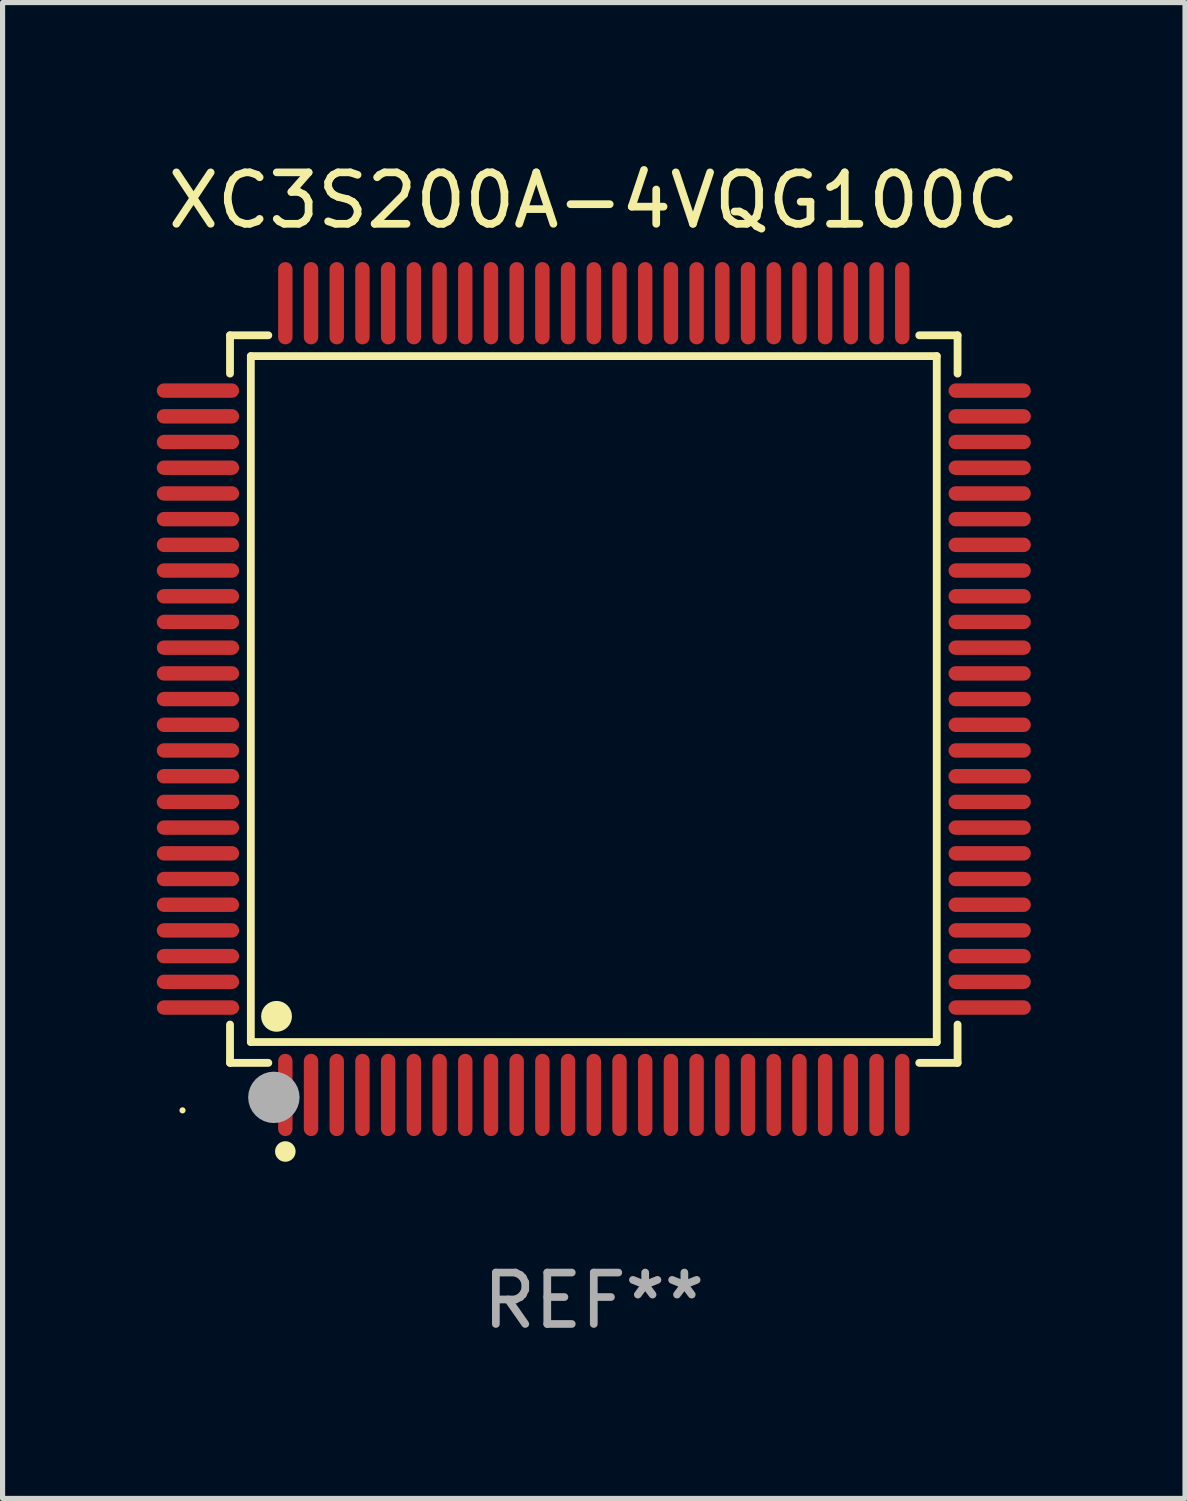
<source format=kicad_pcb>
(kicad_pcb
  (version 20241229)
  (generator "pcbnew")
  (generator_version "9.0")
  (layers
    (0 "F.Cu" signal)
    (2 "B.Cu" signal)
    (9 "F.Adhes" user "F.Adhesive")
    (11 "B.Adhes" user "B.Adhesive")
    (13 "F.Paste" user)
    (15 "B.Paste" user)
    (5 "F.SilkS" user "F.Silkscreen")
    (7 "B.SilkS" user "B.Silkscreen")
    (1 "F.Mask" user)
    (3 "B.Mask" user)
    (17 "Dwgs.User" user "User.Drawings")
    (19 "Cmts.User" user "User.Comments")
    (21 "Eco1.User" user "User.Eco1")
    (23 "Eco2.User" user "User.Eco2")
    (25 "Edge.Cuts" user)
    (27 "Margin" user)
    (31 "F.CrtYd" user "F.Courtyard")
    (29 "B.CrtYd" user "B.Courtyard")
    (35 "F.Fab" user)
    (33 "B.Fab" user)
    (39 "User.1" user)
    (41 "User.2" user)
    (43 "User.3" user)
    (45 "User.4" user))
  (footprint "XC3S200A-4VQG100C"
    (layer "F.Cu")
    (at 8.5 10.548)
    (property "Reference" "XC3S200A-4VQG100C" (at 0 -9.7 0) (layer "F.SilkS") (effects (font (size 1 1) (thickness 0.15))))
    (attr through_hole)
    (fp_line (start -7.076 -7.076) (end -6.331 -7.076) (stroke (width 0.152) (type solid)) (layer "F.SilkS"))
    (fp_line (start -7.076 -6.331) (end -7.076 -7.076) (stroke (width 0.152) (type solid)) (layer "F.SilkS"))
    (fp_line (start -7.076 6.331) (end -7.076 7.076) (stroke (width 0.152) (type solid)) (layer "F.SilkS"))
    (fp_line (start -7.076 7.076) (end -6.331 7.076) (stroke (width 0.152) (type solid)) (layer "F.SilkS"))
    (fp_line (start -6.671 -6.671) (end 6.671 -6.671) (stroke (width 0.152) (type solid)) (layer "F.SilkS"))
    (fp_line (start -6.671 6.671) (end -6.671 -6.671) (stroke (width 0.152) (type solid)) (layer "F.SilkS"))
    (fp_line (start 6.671 -6.671) (end 6.671 6.671) (stroke (width 0.152) (type solid)) (layer "F.SilkS"))
    (fp_line (start 6.671 6.671) (end -6.671 6.671) (stroke (width 0.152) (type solid)) (layer "F.SilkS"))
    (fp_line (start 7.076 -7.076) (end 6.331 -7.076) (stroke (width 0.152) (type solid)) (layer "F.SilkS"))
    (fp_line (start 7.076 -6.331) (end 7.076 -7.076) (stroke (width 0.152) (type solid)) (layer "F.SilkS"))
    (fp_line (start 7.076 6.331) (end 7.076 7.076) (stroke (width 0.152) (type solid)) (layer "F.SilkS"))
    (fp_line (start 7.076 7.076) (end 6.331 7.076) (stroke (width 0.152) (type solid)) (layer "F.SilkS"))
    (fp_circle (center -8 8) (end -7.97 8) (stroke (width 0.06) (type solid)) (fill no) (layer "F.SilkS"))
    (fp_circle (center -6.171 6.171) (end -6.021 6.171) (stroke (width 0.3) (type solid)) (fill no) (layer "F.SilkS"))
    (fp_circle (center -6 8.8) (end -5.9 8.8) (stroke (width 0.2) (type solid)) (fill no) (layer "F.SilkS"))
    (fp_circle (center -6.223 7.747) (end -5.973 7.747) (stroke (width 0.5) (type solid)) (fill no) (layer "F.Fab"))
    (fp_text user "REF**" (at 0 11.7 0) (layer "F.Fab") (effects (font (size 1 1) (thickness 0.15))))
    (pad "1" smd oval (at -6 7.7) (size 0.28 1.6) (layers "F.Cu" "F.Mask" "F.Paste"))
    (pad "2" smd oval (at -5.5 7.7) (size 0.28 1.6) (layers "F.Cu" "F.Mask" "F.Paste"))
    (pad "3" smd oval (at -5 7.7) (size 0.28 1.6) (layers "F.Cu" "F.Mask" "F.Paste"))
    (pad "4" smd oval (at -4.5 7.7) (size 0.28 1.6) (layers "F.Cu" "F.Mask" "F.Paste"))
    (pad "5" smd oval (at -4 7.7) (size 0.28 1.6) (layers "F.Cu" "F.Mask" "F.Paste"))
    (pad "6" smd oval (at -3.5 7.7) (size 0.28 1.6) (layers "F.Cu" "F.Mask" "F.Paste"))
    (pad "7" smd oval (at -3 7.7) (size 0.28 1.6) (layers "F.Cu" "F.Mask" "F.Paste"))
    (pad "8" smd oval (at -2.5 7.7) (size 0.28 1.6) (layers "F.Cu" "F.Mask" "F.Paste"))
    (pad "9" smd oval (at -2 7.7) (size 0.28 1.6) (layers "F.Cu" "F.Mask" "F.Paste"))
    (pad "10" smd oval (at -1.5 7.7) (size 0.28 1.6) (layers "F.Cu" "F.Mask" "F.Paste"))
    (pad "11" smd oval (at -1 7.7) (size 0.28 1.6) (layers "F.Cu" "F.Mask" "F.Paste"))
    (pad "12" smd oval (at -0.5 7.7) (size 0.28 1.6) (layers "F.Cu" "F.Mask" "F.Paste"))
    (pad "13" smd oval (at 0 7.7) (size 0.28 1.6) (layers "F.Cu" "F.Mask" "F.Paste"))
    (pad "14" smd oval (at 0.5 7.7) (size 0.28 1.6) (layers "F.Cu" "F.Mask" "F.Paste"))
    (pad "15" smd oval (at 1 7.7) (size 0.28 1.6) (layers "F.Cu" "F.Mask" "F.Paste"))
    (pad "16" smd oval (at 1.5 7.7) (size 0.28 1.6) (layers "F.Cu" "F.Mask" "F.Paste"))
    (pad "17" smd oval (at 2 7.7) (size 0.28 1.6) (layers "F.Cu" "F.Mask" "F.Paste"))
    (pad "18" smd oval (at 2.5 7.7) (size 0.28 1.6) (layers "F.Cu" "F.Mask" "F.Paste"))
    (pad "19" smd oval (at 3 7.7) (size 0.28 1.6) (layers "F.Cu" "F.Mask" "F.Paste"))
    (pad "20" smd oval (at 3.5 7.7) (size 0.28 1.6) (layers "F.Cu" "F.Mask" "F.Paste"))
    (pad "21" smd oval (at 4 7.7) (size 0.28 1.6) (layers "F.Cu" "F.Mask" "F.Paste"))
    (pad "22" smd oval (at 4.5 7.7) (size 0.28 1.6) (layers "F.Cu" "F.Mask" "F.Paste"))
    (pad "23" smd oval (at 5 7.7) (size 0.28 1.6) (layers "F.Cu" "F.Mask" "F.Paste"))
    (pad "24" smd oval (at 5.5 7.7) (size 0.28 1.6) (layers "F.Cu" "F.Mask" "F.Paste"))
    (pad "25" smd oval (at 6 7.7) (size 0.28 1.6) (layers "F.Cu" "F.Mask" "F.Paste"))
    (pad "26" smd oval (at 7.7 6) (size 1.6 0.28) (layers "F.Cu" "F.Mask" "F.Paste"))
    (pad "27" smd oval (at 7.7 5.5) (size 1.6 0.28) (layers "F.Cu" "F.Mask" "F.Paste"))
    (pad "28" smd oval (at 7.7 5) (size 1.6 0.28) (layers "F.Cu" "F.Mask" "F.Paste"))
    (pad "29" smd oval (at 7.7 4.5) (size 1.6 0.28) (layers "F.Cu" "F.Mask" "F.Paste"))
    (pad "30" smd oval (at 7.7 4) (size 1.6 0.28) (layers "F.Cu" "F.Mask" "F.Paste"))
    (pad "31" smd oval (at 7.7 3.5) (size 1.6 0.28) (layers "F.Cu" "F.Mask" "F.Paste"))
    (pad "32" smd oval (at 7.7 3) (size 1.6 0.28) (layers "F.Cu" "F.Mask" "F.Paste"))
    (pad "33" smd oval (at 7.7 2.5) (size 1.6 0.28) (layers "F.Cu" "F.Mask" "F.Paste"))
    (pad "34" smd oval (at 7.7 2) (size 1.6 0.28) (layers "F.Cu" "F.Mask" "F.Paste"))
    (pad "35" smd oval (at 7.7 1.5) (size 1.6 0.28) (layers "F.Cu" "F.Mask" "F.Paste"))
    (pad "36" smd oval (at 7.7 1) (size 1.6 0.28) (layers "F.Cu" "F.Mask" "F.Paste"))
    (pad "37" smd oval (at 7.7 0.5) (size 1.6 0.28) (layers "F.Cu" "F.Mask" "F.Paste"))
    (pad "38" smd oval (at 7.7 0) (size 1.6 0.28) (layers "F.Cu" "F.Mask" "F.Paste"))
    (pad "39" smd oval (at 7.7 -0.5) (size 1.6 0.28) (layers "F.Cu" "F.Mask" "F.Paste"))
    (pad "40" smd oval (at 7.7 -1) (size 1.6 0.28) (layers "F.Cu" "F.Mask" "F.Paste"))
    (pad "41" smd oval (at 7.7 -1.5) (size 1.6 0.28) (layers "F.Cu" "F.Mask" "F.Paste"))
    (pad "42" smd oval (at 7.7 -2) (size 1.6 0.28) (layers "F.Cu" "F.Mask" "F.Paste"))
    (pad "43" smd oval (at 7.7 -2.5) (size 1.6 0.28) (layers "F.Cu" "F.Mask" "F.Paste"))
    (pad "44" smd oval (at 7.7 -3) (size 1.6 0.28) (layers "F.Cu" "F.Mask" "F.Paste"))
    (pad "45" smd oval (at 7.7 -3.5) (size 1.6 0.28) (layers "F.Cu" "F.Mask" "F.Paste"))
    (pad "46" smd oval (at 7.7 -4) (size 1.6 0.28) (layers "F.Cu" "F.Mask" "F.Paste"))
    (pad "47" smd oval (at 7.7 -4.5) (size 1.6 0.28) (layers "F.Cu" "F.Mask" "F.Paste"))
    (pad "48" smd oval (at 7.7 -5) (size 1.6 0.28) (layers "F.Cu" "F.Mask" "F.Paste"))
    (pad "49" smd oval (at 7.7 -5.5) (size 1.6 0.28) (layers "F.Cu" "F.Mask" "F.Paste"))
    (pad "50" smd oval (at 7.7 -6) (size 1.6 0.28) (layers "F.Cu" "F.Mask" "F.Paste"))
    (pad "51" smd oval (at 6 -7.7) (size 0.28 1.6) (layers "F.Cu" "F.Mask" "F.Paste"))
    (pad "52" smd oval (at 5.5 -7.7) (size 0.28 1.6) (layers "F.Cu" "F.Mask" "F.Paste"))
    (pad "53" smd oval (at 5 -7.7) (size 0.28 1.6) (layers "F.Cu" "F.Mask" "F.Paste"))
    (pad "54" smd oval (at 4.5 -7.7) (size 0.28 1.6) (layers "F.Cu" "F.Mask" "F.Paste"))
    (pad "55" smd oval (at 4 -7.7) (size 0.28 1.6) (layers "F.Cu" "F.Mask" "F.Paste"))
    (pad "56" smd oval (at 3.5 -7.7) (size 0.28 1.6) (layers "F.Cu" "F.Mask" "F.Paste"))
    (pad "57" smd oval (at 3 -7.7) (size 0.28 1.6) (layers "F.Cu" "F.Mask" "F.Paste"))
    (pad "58" smd oval (at 2.5 -7.7) (size 0.28 1.6) (layers "F.Cu" "F.Mask" "F.Paste"))
    (pad "59" smd oval (at 2 -7.7) (size 0.28 1.6) (layers "F.Cu" "F.Mask" "F.Paste"))
    (pad "60" smd oval (at 1.5 -7.7) (size 0.28 1.6) (layers "F.Cu" "F.Mask" "F.Paste"))
    (pad "61" smd oval (at 1 -7.7) (size 0.28 1.6) (layers "F.Cu" "F.Mask" "F.Paste"))
    (pad "62" smd oval (at 0.5 -7.7) (size 0.28 1.6) (layers "F.Cu" "F.Mask" "F.Paste"))
    (pad "63" smd oval (at 0 -7.7) (size 0.28 1.6) (layers "F.Cu" "F.Mask" "F.Paste"))
    (pad "64" smd oval (at -0.5 -7.7) (size 0.28 1.6) (layers "F.Cu" "F.Mask" "F.Paste"))
    (pad "65" smd oval (at -1 -7.7) (size 0.28 1.6) (layers "F.Cu" "F.Mask" "F.Paste"))
    (pad "66" smd oval (at -1.5 -7.7) (size 0.28 1.6) (layers "F.Cu" "F.Mask" "F.Paste"))
    (pad "67" smd oval (at -2 -7.7) (size 0.28 1.6) (layers "F.Cu" "F.Mask" "F.Paste"))
    (pad "68" smd oval (at -2.5 -7.7) (size 0.28 1.6) (layers "F.Cu" "F.Mask" "F.Paste"))
    (pad "69" smd oval (at -3 -7.7) (size 0.28 1.6) (layers "F.Cu" "F.Mask" "F.Paste"))
    (pad "70" smd oval (at -3.5 -7.7) (size 0.28 1.6) (layers "F.Cu" "F.Mask" "F.Paste"))
    (pad "71" smd oval (at -4 -7.7) (size 0.28 1.6) (layers "F.Cu" "F.Mask" "F.Paste"))
    (pad "72" smd oval (at -4.5 -7.7) (size 0.28 1.6) (layers "F.Cu" "F.Mask" "F.Paste"))
    (pad "73" smd oval (at -5 -7.7) (size 0.28 1.6) (layers "F.Cu" "F.Mask" "F.Paste"))
    (pad "74" smd oval (at -5.5 -7.7) (size 0.28 1.6) (layers "F.Cu" "F.Mask" "F.Paste"))
    (pad "75" smd oval (at -6 -7.7) (size 0.28 1.6) (layers "F.Cu" "F.Mask" "F.Paste"))
    (pad "76" smd oval (at -7.7 -6) (size 1.6 0.28) (layers "F.Cu" "F.Mask" "F.Paste"))
    (pad "77" smd oval (at -7.7 -5.5) (size 1.6 0.28) (layers "F.Cu" "F.Mask" "F.Paste"))
    (pad "78" smd oval (at -7.7 -5) (size 1.6 0.28) (layers "F.Cu" "F.Mask" "F.Paste"))
    (pad "79" smd oval (at -7.7 -4.5) (size 1.6 0.28) (layers "F.Cu" "F.Mask" "F.Paste"))
    (pad "80" smd oval (at -7.7 -4) (size 1.6 0.28) (layers "F.Cu" "F.Mask" "F.Paste"))
    (pad "81" smd oval (at -7.7 -3.5) (size 1.6 0.28) (layers "F.Cu" "F.Mask" "F.Paste"))
    (pad "82" smd oval (at -7.7 -3) (size 1.6 0.28) (layers "F.Cu" "F.Mask" "F.Paste"))
    (pad "83" smd oval (at -7.7 -2.5) (size 1.6 0.28) (layers "F.Cu" "F.Mask" "F.Paste"))
    (pad "84" smd oval (at -7.7 -2) (size 1.6 0.28) (layers "F.Cu" "F.Mask" "F.Paste"))
    (pad "85" smd oval (at -7.7 -1.5) (size 1.6 0.28) (layers "F.Cu" "F.Mask" "F.Paste"))
    (pad "86" smd oval (at -7.7 -1) (size 1.6 0.28) (layers "F.Cu" "F.Mask" "F.Paste"))
    (pad "87" smd oval (at -7.7 -0.5) (size 1.6 0.28) (layers "F.Cu" "F.Mask" "F.Paste"))
    (pad "88" smd oval (at -7.7 0) (size 1.6 0.28) (layers "F.Cu" "F.Mask" "F.Paste"))
    (pad "89" smd oval (at -7.7 0.5) (size 1.6 0.28) (layers "F.Cu" "F.Mask" "F.Paste"))
    (pad "90" smd oval (at -7.7 1) (size 1.6 0.28) (layers "F.Cu" "F.Mask" "F.Paste"))
    (pad "91" smd oval (at -7.7 1.5) (size 1.6 0.28) (layers "F.Cu" "F.Mask" "F.Paste"))
    (pad "92" smd oval (at -7.7 2) (size 1.6 0.28) (layers "F.Cu" "F.Mask" "F.Paste"))
    (pad "93" smd oval (at -7.7 2.5) (size 1.6 0.28) (layers "F.Cu" "F.Mask" "F.Paste"))
    (pad "94" smd oval (at -7.7 3) (size 1.6 0.28) (layers "F.Cu" "F.Mask" "F.Paste"))
    (pad "95" smd oval (at -7.7 3.5) (size 1.6 0.28) (layers "F.Cu" "F.Mask" "F.Paste"))
    (pad "96" smd oval (at -7.7 4) (size 1.6 0.28) (layers "F.Cu" "F.Mask" "F.Paste"))
    (pad "97" smd oval (at -7.7 4.5) (size 1.6 0.28) (layers "F.Cu" "F.Mask" "F.Paste"))
    (pad "98" smd oval (at -7.7 5) (size 1.6 0.28) (layers "F.Cu" "F.Mask" "F.Paste"))
    (pad "99" smd oval (at -7.7 5.5) (size 1.6 0.28) (layers "F.Cu" "F.Mask" "F.Paste"))
    (pad "100" smd oval (at -7.7 6) (size 1.6 0.28) (layers "F.Cu" "F.Mask" "F.Paste")))
  (gr_rect
    (start -3 -3)
    (end 20 26.097)
    (stroke (width 0.1) (type default))
    (fill no)
    (layer "Edge.Cuts")))
</source>
